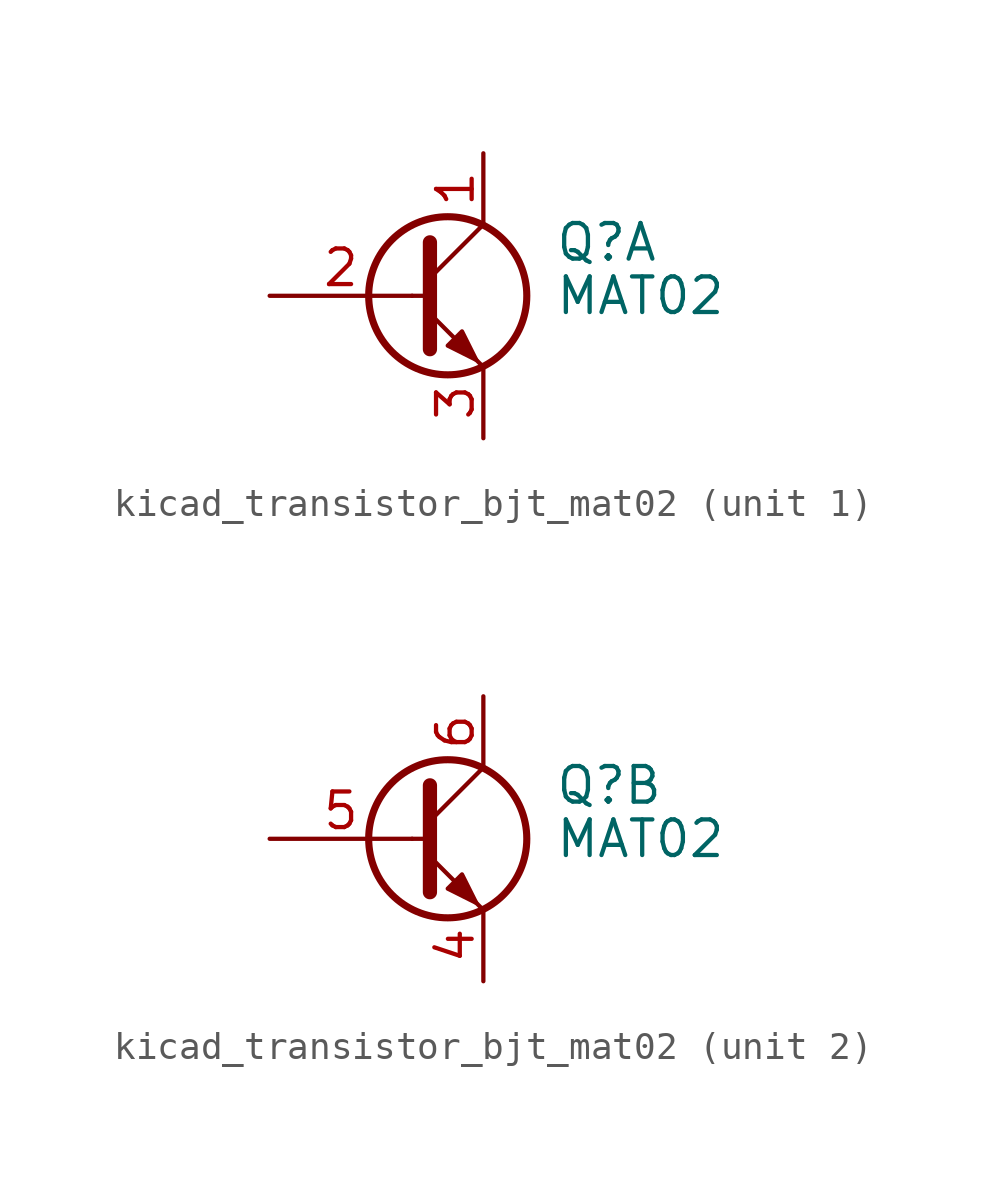
<source format=kicad_sym>
(kicad_symbol_lib
  (version 20220914)
  (generator kicad_symbol_editor)
  (symbol "kicad_transistor_bjt_mat02"
    (pin_names
      (offset 0) hide)
    (property "Reference" "Q"
      (at 5.08 1.905 0)
      (effects (font (size 1.27 1.27)) (justify left)))
    (property "Value" "MAT02"
      (at 5.08 0 0)
      (effects (font (size 1.27 1.27)) (justify left)))
    (symbol "kicad_transistor_bjt_mat02_0_1"
      (polyline (pts (xy 0 0) (xy 0.635 0)) (stroke (width 0) (type default)) (fill (type none)))
      (polyline (pts (xy 0.635 0.635) (xy 2.54 2.54)) (stroke (width 0) (type default)) (fill (type none)))
      (polyline (pts (xy 0.635 -0.635) (xy 2.54 -2.54) (xy 2.54 -2.54)) (stroke (width 0) (type default)) (fill (type none)))
      (polyline (pts (xy 0.635 1.905) (xy 0.635 -1.905) (xy 0.635 -1.905)) (stroke (width 0.508) (type default)) (fill (type none)))
      (polyline (pts (xy 1.27 -1.778) (xy 1.778 -1.27) (xy 2.286 -2.286) (xy 1.27 -1.778) (xy 1.27 -1.778)) (stroke (width 0) (type default)) (fill (type outline)))
      (circle (center 1.27 0) (radius 2.819) (stroke (width 0.254) (type default)) (fill (type none))))
    (symbol "kicad_transistor_bjt_mat02_1_1"
      (pin passive line (at 2.54 5.08 270) (length 2.54) (name "C" (effects (font (size 1.27 1.27)))) (number "1" (effects (font (size 1.27 1.27)))))
      (pin input line (at -5.08 0 0) (length 5.08) (name "B" (effects (font (size 1.27 1.27)))) (number "2" (effects (font (size 1.27 1.27)))))
      (pin passive line (at 2.54 -5.08 90) (length 2.54) (name "E" (effects (font (size 1.27 1.27)))) (number "3" (effects (font (size 1.27 1.27))))))
    (symbol "kicad_transistor_bjt_mat02_2_1"
      (pin passive line (at 2.54 -5.08 90) (length 2.54) (name "E" (effects (font (size 1.27 1.27)))) (number "4" (effects (font (size 1.27 1.27)))))
      (pin input line (at -5.08 0 0) (length 5.08) (name "B" (effects (font (size 1.27 1.27)))) (number "5" (effects (font (size 1.27 1.27)))))
      (pin passive line (at 2.54 5.08 270) (length 2.54) (name "C" (effects (font (size 1.27 1.27)))) (number "6" (effects (font (size 1.27 1.27))))))))
</source>
